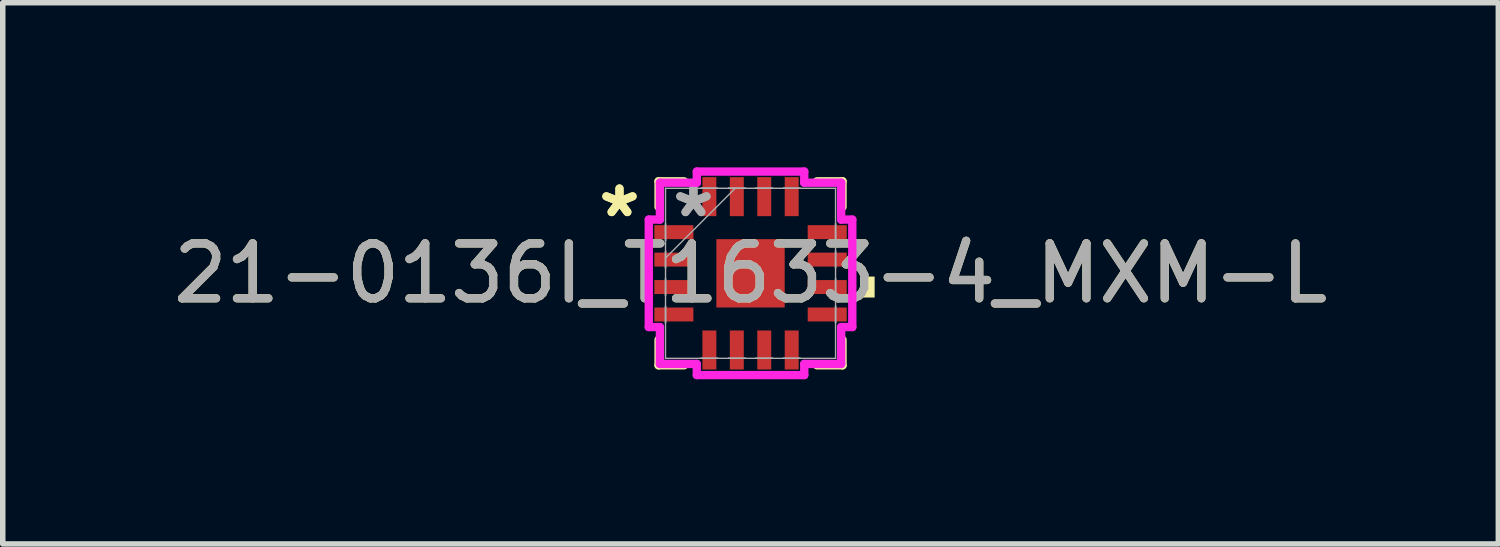
<source format=kicad_pcb>
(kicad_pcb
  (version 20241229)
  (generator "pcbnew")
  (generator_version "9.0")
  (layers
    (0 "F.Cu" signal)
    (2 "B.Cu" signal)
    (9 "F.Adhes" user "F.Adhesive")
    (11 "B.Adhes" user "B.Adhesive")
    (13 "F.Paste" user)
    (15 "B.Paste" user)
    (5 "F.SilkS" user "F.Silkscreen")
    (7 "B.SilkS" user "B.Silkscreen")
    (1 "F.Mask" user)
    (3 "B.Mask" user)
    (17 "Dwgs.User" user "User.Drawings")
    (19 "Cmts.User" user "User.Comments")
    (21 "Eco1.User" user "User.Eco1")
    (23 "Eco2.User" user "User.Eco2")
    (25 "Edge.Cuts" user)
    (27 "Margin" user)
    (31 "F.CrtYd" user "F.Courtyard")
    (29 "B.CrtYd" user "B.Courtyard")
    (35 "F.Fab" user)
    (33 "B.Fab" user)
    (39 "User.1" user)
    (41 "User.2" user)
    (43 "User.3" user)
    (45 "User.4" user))
  (footprint "21-0136I_T1633-4_MXM-L"
    (layer "F.Cu")
    (at 10.625 1.93)
    (property "Reference" "21-0136I_T1633-4_MXM-L" (at 0 0 0) (unlocked yes) (layer "F.SilkS") (effects (font (size 1 1) (thickness 0.15))))
    (attr smd)
    (fp_line (start -1.676 -1.676) (end -1.676 -1.21) (stroke (width 0.152) (type solid)) (layer "F.SilkS"))
    (fp_line (start -1.676 1.21) (end -1.676 1.676) (stroke (width 0.152) (type solid)) (layer "F.SilkS"))
    (fp_line (start -1.676 1.676) (end -1.21 1.676) (stroke (width 0.152) (type solid)) (layer "F.SilkS"))
    (fp_line (start -1.21 -1.676) (end -1.676 -1.676) (stroke (width 0.152) (type solid)) (layer "F.SilkS"))
    (fp_line (start 1.21 1.676) (end 1.676 1.676) (stroke (width 0.152) (type solid)) (layer "F.SilkS"))
    (fp_line (start 1.676 -1.676) (end 1.21 -1.676) (stroke (width 0.152) (type solid)) (layer "F.SilkS"))
    (fp_line (start 1.676 -1.21) (end 1.676 -1.676) (stroke (width 0.152) (type solid)) (layer "F.SilkS"))
    (fp_line (start 1.676 1.676) (end 1.676 1.21) (stroke (width 0.152) (type solid)) (layer "F.SilkS"))
    (fp_poly (pts (xy 2.261 0.059) (xy 2.261 0.441) (xy 2.007 0.441) (xy 2.007 0.059)) (stroke (width 0) (type solid)) (fill yes) (layer "F.SilkS"))
    (fp_line (start -1.854 -0.979) (end -1.651 -0.979) (stroke (width 0.152) (type solid)) (layer "F.CrtYd"))
    (fp_line (start -1.854 0.979) (end -1.854 -0.979) (stroke (width 0.152) (type solid)) (layer "F.CrtYd"))
    (fp_line (start -1.651 -1.651) (end -0.979 -1.651) (stroke (width 0.152) (type solid)) (layer "F.CrtYd"))
    (fp_line (start -1.651 -0.979) (end -1.651 -1.651) (stroke (width 0.152) (type solid)) (layer "F.CrtYd"))
    (fp_line (start -1.651 0.979) (end -1.854 0.979) (stroke (width 0.152) (type solid)) (layer "F.CrtYd"))
    (fp_line (start -1.651 1.651) (end -1.651 0.979) (stroke (width 0.152) (type solid)) (layer "F.CrtYd"))
    (fp_line (start -0.979 -1.854) (end 0.979 -1.854) (stroke (width 0.152) (type solid)) (layer "F.CrtYd"))
    (fp_line (start -0.979 -1.651) (end -0.979 -1.854) (stroke (width 0.152) (type solid)) (layer "F.CrtYd"))
    (fp_line (start -0.979 1.651) (end -1.651 1.651) (stroke (width 0.152) (type solid)) (layer "F.CrtYd"))
    (fp_line (start -0.979 1.854) (end -0.979 1.651) (stroke (width 0.152) (type solid)) (layer "F.CrtYd"))
    (fp_line (start 0.979 -1.854) (end 0.979 -1.651) (stroke (width 0.152) (type solid)) (layer "F.CrtYd"))
    (fp_line (start 0.979 -1.651) (end 1.651 -1.651) (stroke (width 0.152) (type solid)) (layer "F.CrtYd"))
    (fp_line (start 0.979 1.651) (end 0.979 1.854) (stroke (width 0.152) (type solid)) (layer "F.CrtYd"))
    (fp_line (start 0.979 1.854) (end -0.979 1.854) (stroke (width 0.152) (type solid)) (layer "F.CrtYd"))
    (fp_line (start 1.651 -1.651) (end 1.651 -0.979) (stroke (width 0.152) (type solid)) (layer "F.CrtYd"))
    (fp_line (start 1.651 -0.979) (end 1.854 -0.979) (stroke (width 0.152) (type solid)) (layer "F.CrtYd"))
    (fp_line (start 1.651 0.979) (end 1.651 1.651) (stroke (width 0.152) (type solid)) (layer "F.CrtYd"))
    (fp_line (start 1.651 1.651) (end 0.979 1.651) (stroke (width 0.152) (type solid)) (layer "F.CrtYd"))
    (fp_line (start 1.854 -0.979) (end 1.854 0.979) (stroke (width 0.152) (type solid)) (layer "F.CrtYd"))
    (fp_line (start 1.854 0.979) (end 1.651 0.979) (stroke (width 0.152) (type solid)) (layer "F.CrtYd"))
    (fp_line (start -1.549 -1.549) (end -1.549 -1.549) (stroke (width 0.025) (type solid)) (layer "F.Fab"))
    (fp_line (start -1.549 -1.549) (end -1.549 1.549) (stroke (width 0.025) (type solid)) (layer "F.Fab"))
    (fp_line (start -1.549 -0.902) (end -1.549 -0.902) (stroke (width 0.025) (type solid)) (layer "F.Fab"))
    (fp_line (start -1.549 -0.902) (end -1.549 -0.598) (stroke (width 0.025) (type solid)) (layer "F.Fab"))
    (fp_line (start -1.549 -0.598) (end -1.549 -0.902) (stroke (width 0.025) (type solid)) (layer "F.Fab"))
    (fp_line (start -1.549 -0.598) (end -1.549 -0.598) (stroke (width 0.025) (type solid)) (layer "F.Fab"))
    (fp_line (start -1.549 -0.402) (end -1.549 -0.402) (stroke (width 0.025) (type solid)) (layer "F.Fab"))
    (fp_line (start -1.549 -0.402) (end -1.549 -0.098) (stroke (width 0.025) (type solid)) (layer "F.Fab"))
    (fp_line (start -1.549 -0.279) (end -0.279 -1.549) (stroke (width 0.025) (type solid)) (layer "F.Fab"))
    (fp_line (start -1.549 -0.098) (end -1.549 -0.402) (stroke (width 0.025) (type solid)) (layer "F.Fab"))
    (fp_line (start -1.549 -0.098) (end -1.549 -0.098) (stroke (width 0.025) (type solid)) (layer "F.Fab"))
    (fp_line (start -1.549 0.098) (end -1.549 0.098) (stroke (width 0.025) (type solid)) (layer "F.Fab"))
    (fp_line (start -1.549 0.098) (end -1.549 0.402) (stroke (width 0.025) (type solid)) (layer "F.Fab"))
    (fp_line (start -1.549 0.402) (end -1.549 0.098) (stroke (width 0.025) (type solid)) (layer "F.Fab"))
    (fp_line (start -1.549 0.402) (end -1.549 0.402) (stroke (width 0.025) (type solid)) (layer "F.Fab"))
    (fp_line (start -1.549 0.598) (end -1.549 0.598) (stroke (width 0.025) (type solid)) (layer "F.Fab"))
    (fp_line (start -1.549 0.598) (end -1.549 0.902) (stroke (width 0.025) (type solid)) (layer "F.Fab"))
    (fp_line (start -1.549 0.902) (end -1.549 0.598) (stroke (width 0.025) (type solid)) (layer "F.Fab"))
    (fp_line (start -1.549 0.902) (end -1.549 0.902) (stroke (width 0.025) (type solid)) (layer "F.Fab"))
    (fp_line (start -1.549 1.549) (end -1.549 1.549) (stroke (width 0.025) (type solid)) (layer "F.Fab"))
    (fp_line (start -1.549 1.549) (end 1.549 1.549) (stroke (width 0.025) (type solid)) (layer "F.Fab"))
    (fp_line (start -0.902 -1.549) (end -0.902 -1.549) (stroke (width 0.025) (type solid)) (layer "F.Fab"))
    (fp_line (start -0.902 -1.549) (end -0.598 -1.549) (stroke (width 0.025) (type solid)) (layer "F.Fab"))
    (fp_line (start -0.902 1.549) (end -0.902 1.549) (stroke (width 0.025) (type solid)) (layer "F.Fab"))
    (fp_line (start -0.902 1.549) (end -0.598 1.549) (stroke (width 0.025) (type solid)) (layer "F.Fab"))
    (fp_line (start -0.598 -1.549) (end -0.902 -1.549) (stroke (width 0.025) (type solid)) (layer "F.Fab"))
    (fp_line (start -0.598 -1.549) (end -0.598 -1.549) (stroke (width 0.025) (type solid)) (layer "F.Fab"))
    (fp_line (start -0.598 1.549) (end -0.902 1.549) (stroke (width 0.025) (type solid)) (layer "F.Fab"))
    (fp_line (start -0.598 1.549) (end -0.598 1.549) (stroke (width 0.025) (type solid)) (layer "F.Fab"))
    (fp_line (start -0.402 -1.549) (end -0.402 -1.549) (stroke (width 0.025) (type solid)) (layer "F.Fab"))
    (fp_line (start -0.402 -1.549) (end -0.098 -1.549) (stroke (width 0.025) (type solid)) (layer "F.Fab"))
    (fp_line (start -0.402 1.549) (end -0.402 1.549) (stroke (width 0.025) (type solid)) (layer "F.Fab"))
    (fp_line (start -0.402 1.549) (end -0.098 1.549) (stroke (width 0.025) (type solid)) (layer "F.Fab"))
    (fp_line (start -0.098 -1.549) (end -0.402 -1.549) (stroke (width 0.025) (type solid)) (layer "F.Fab"))
    (fp_line (start -0.098 -1.549) (end -0.098 -1.549) (stroke (width 0.025) (type solid)) (layer "F.Fab"))
    (fp_line (start -0.098 1.549) (end -0.402 1.549) (stroke (width 0.025) (type solid)) (layer "F.Fab"))
    (fp_line (start -0.098 1.549) (end -0.098 1.549) (stroke (width 0.025) (type solid)) (layer "F.Fab"))
    (fp_line (start 0.098 -1.549) (end 0.098 -1.549) (stroke (width 0.025) (type solid)) (layer "F.Fab"))
    (fp_line (start 0.098 -1.549) (end 0.402 -1.549) (stroke (width 0.025) (type solid)) (layer "F.Fab"))
    (fp_line (start 0.098 1.549) (end 0.098 1.549) (stroke (width 0.025) (type solid)) (layer "F.Fab"))
    (fp_line (start 0.098 1.549) (end 0.402 1.549) (stroke (width 0.025) (type solid)) (layer "F.Fab"))
    (fp_line (start 0.402 -1.549) (end 0.098 -1.549) (stroke (width 0.025) (type solid)) (layer "F.Fab"))
    (fp_line (start 0.402 -1.549) (end 0.402 -1.549) (stroke (width 0.025) (type solid)) (layer "F.Fab"))
    (fp_line (start 0.402 1.549) (end 0.098 1.549) (stroke (width 0.025) (type solid)) (layer "F.Fab"))
    (fp_line (start 0.402 1.549) (end 0.402 1.549) (stroke (width 0.025) (type solid)) (layer "F.Fab"))
    (fp_line (start 0.598 -1.549) (end 0.598 -1.549) (stroke (width 0.025) (type solid)) (layer "F.Fab"))
    (fp_line (start 0.598 -1.549) (end 0.902 -1.549) (stroke (width 0.025) (type solid)) (layer "F.Fab"))
    (fp_line (start 0.598 1.549) (end 0.598 1.549) (stroke (width 0.025) (type solid)) (layer "F.Fab"))
    (fp_line (start 0.598 1.549) (end 0.902 1.549) (stroke (width 0.025) (type solid)) (layer "F.Fab"))
    (fp_line (start 0.902 -1.549) (end 0.598 -1.549) (stroke (width 0.025) (type solid)) (layer "F.Fab"))
    (fp_line (start 0.902 -1.549) (end 0.902 -1.549) (stroke (width 0.025) (type solid)) (layer "F.Fab"))
    (fp_line (start 0.902 1.549) (end 0.598 1.549) (stroke (width 0.025) (type solid)) (layer "F.Fab"))
    (fp_line (start 0.902 1.549) (end 0.902 1.549) (stroke (width 0.025) (type solid)) (layer "F.Fab"))
    (fp_line (start 1.549 -1.549) (end -1.549 -1.549) (stroke (width 0.025) (type solid)) (layer "F.Fab"))
    (fp_line (start 1.549 -1.549) (end 1.549 -1.549) (stroke (width 0.025) (type solid)) (layer "F.Fab"))
    (fp_line (start 1.549 -0.902) (end 1.549 -0.902) (stroke (width 0.025) (type solid)) (layer "F.Fab"))
    (fp_line (start 1.549 -0.902) (end 1.549 -0.598) (stroke (width 0.025) (type solid)) (layer "F.Fab"))
    (fp_line (start 1.549 -0.598) (end 1.549 -0.902) (stroke (width 0.025) (type solid)) (layer "F.Fab"))
    (fp_line (start 1.549 -0.598) (end 1.549 -0.598) (stroke (width 0.025) (type solid)) (layer "F.Fab"))
    (fp_line (start 1.549 -0.402) (end 1.549 -0.402) (stroke (width 0.025) (type solid)) (layer "F.Fab"))
    (fp_line (start 1.549 -0.402) (end 1.549 -0.098) (stroke (width 0.025) (type solid)) (layer "F.Fab"))
    (fp_line (start 1.549 -0.098) (end 1.549 -0.402) (stroke (width 0.025) (type solid)) (layer "F.Fab"))
    (fp_line (start 1.549 -0.098) (end 1.549 -0.098) (stroke (width 0.025) (type solid)) (layer "F.Fab"))
    (fp_line (start 1.549 0.098) (end 1.549 0.098) (stroke (width 0.025) (type solid)) (layer "F.Fab"))
    (fp_line (start 1.549 0.098) (end 1.549 0.402) (stroke (width 0.025) (type solid)) (layer "F.Fab"))
    (fp_line (start 1.549 0.402) (end 1.549 0.098) (stroke (width 0.025) (type solid)) (layer "F.Fab"))
    (fp_line (start 1.549 0.402) (end 1.549 0.402) (stroke (width 0.025) (type solid)) (layer "F.Fab"))
    (fp_line (start 1.549 0.598) (end 1.549 0.598) (stroke (width 0.025) (type solid)) (layer "F.Fab"))
    (fp_line (start 1.549 0.598) (end 1.549 0.902) (stroke (width 0.025) (type solid)) (layer "F.Fab"))
    (fp_line (start 1.549 0.902) (end 1.549 0.598) (stroke (width 0.025) (type solid)) (layer "F.Fab"))
    (fp_line (start 1.549 0.902) (end 1.549 0.902) (stroke (width 0.025) (type solid)) (layer "F.Fab"))
    (fp_line (start 1.549 1.549) (end 1.549 -1.549) (stroke (width 0.025) (type solid)) (layer "F.Fab"))
    (fp_line (start 1.549 1.549) (end 1.549 1.549) (stroke (width 0.025) (type solid)) (layer "F.Fab"))
    (fp_text user "*" (at -2.388 -1 0) (unlocked yes) (layer "F.SilkS") (effects (font (size 1 1) (thickness 0.15))))
    (fp_text user "*" (at -2.388 -1 0) (layer "F.SilkS") (effects (font (size 1 1) (thickness 0.15))))
    (fp_text user "*" (at -1.041 -1 0) (unlocked yes) (layer "F.Fab") (effects (font (size 1 1) (thickness 0.15))))
    (fp_text user "${REFERENCE}" (at 0 0 0) (unlocked yes) (layer "F.Fab") (effects (font (size 1 1) (thickness 0.15))))
    (fp_text user "*" (at -1.041 -1 0) (layer "F.Fab") (effects (font (size 1 1) (thickness 0.15))))
    (pad "1" smd rect (at -1.397 -0.75 90) (size 0.254 0.711) (layers "F.Cu" "F.Mask" "F.Paste"))
    (pad "2" smd rect (at -1.397 -0.25 90) (size 0.254 0.711) (layers "F.Cu" "F.Mask" "F.Paste"))
    (pad "3" smd rect (at -1.397 0.25 90) (size 0.254 0.711) (layers "F.Cu" "F.Mask" "F.Paste"))
    (pad "4" smd rect (at -1.397 0.75 90) (size 0.254 0.711) (layers "F.Cu" "F.Mask" "F.Paste"))
    (pad "5" smd rect (at -0.75 1.397) (size 0.254 0.711) (layers "F.Cu" "F.Mask" "F.Paste"))
    (pad "6" smd rect (at -0.25 1.397) (size 0.254 0.711) (layers "F.Cu" "F.Mask" "F.Paste"))
    (pad "7" smd rect (at 0.25 1.397) (size 0.254 0.711) (layers "F.Cu" "F.Mask" "F.Paste"))
    (pad "8" smd rect (at 0.75 1.397) (size 0.254 0.711) (layers "F.Cu" "F.Mask" "F.Paste"))
    (pad "9" smd rect (at 1.397 0.75 90) (size 0.254 0.711) (layers "F.Cu" "F.Mask" "F.Paste"))
    (pad "10" smd rect (at 1.397 0.25 90) (size 0.254 0.711) (layers "F.Cu" "F.Mask" "F.Paste"))
    (pad "11" smd rect (at 1.397 -0.25 90) (size 0.254 0.711) (layers "F.Cu" "F.Mask" "F.Paste"))
    (pad "12" smd rect (at 1.397 -0.75 90) (size 0.254 0.711) (layers "F.Cu" "F.Mask" "F.Paste"))
    (pad "13" smd rect (at 0.75 -1.397) (size 0.254 0.711) (layers "F.Cu" "F.Mask" "F.Paste"))
    (pad "14" smd rect (at 0.25 -1.397) (size 0.254 0.711) (layers "F.Cu" "F.Mask" "F.Paste"))
    (pad "15" smd rect (at -0.25 -1.397) (size 0.254 0.711) (layers "F.Cu" "F.Mask" "F.Paste"))
    (pad "16" smd rect (at -0.75 -1.397) (size 0.254 0.711) (layers "F.Cu" "F.Mask" "F.Paste"))
    (pad "17" smd rect (at 0 0) (size 1.245 1.245) (layers "F.Cu" "F.Mask" "F.Paste")))
  (gr_rect
    (start -3 -3)
    (end 24.25 6.861)
    (stroke (width 0.1) (type default))
    (fill no)
    (layer "Edge.Cuts")))
</source>
